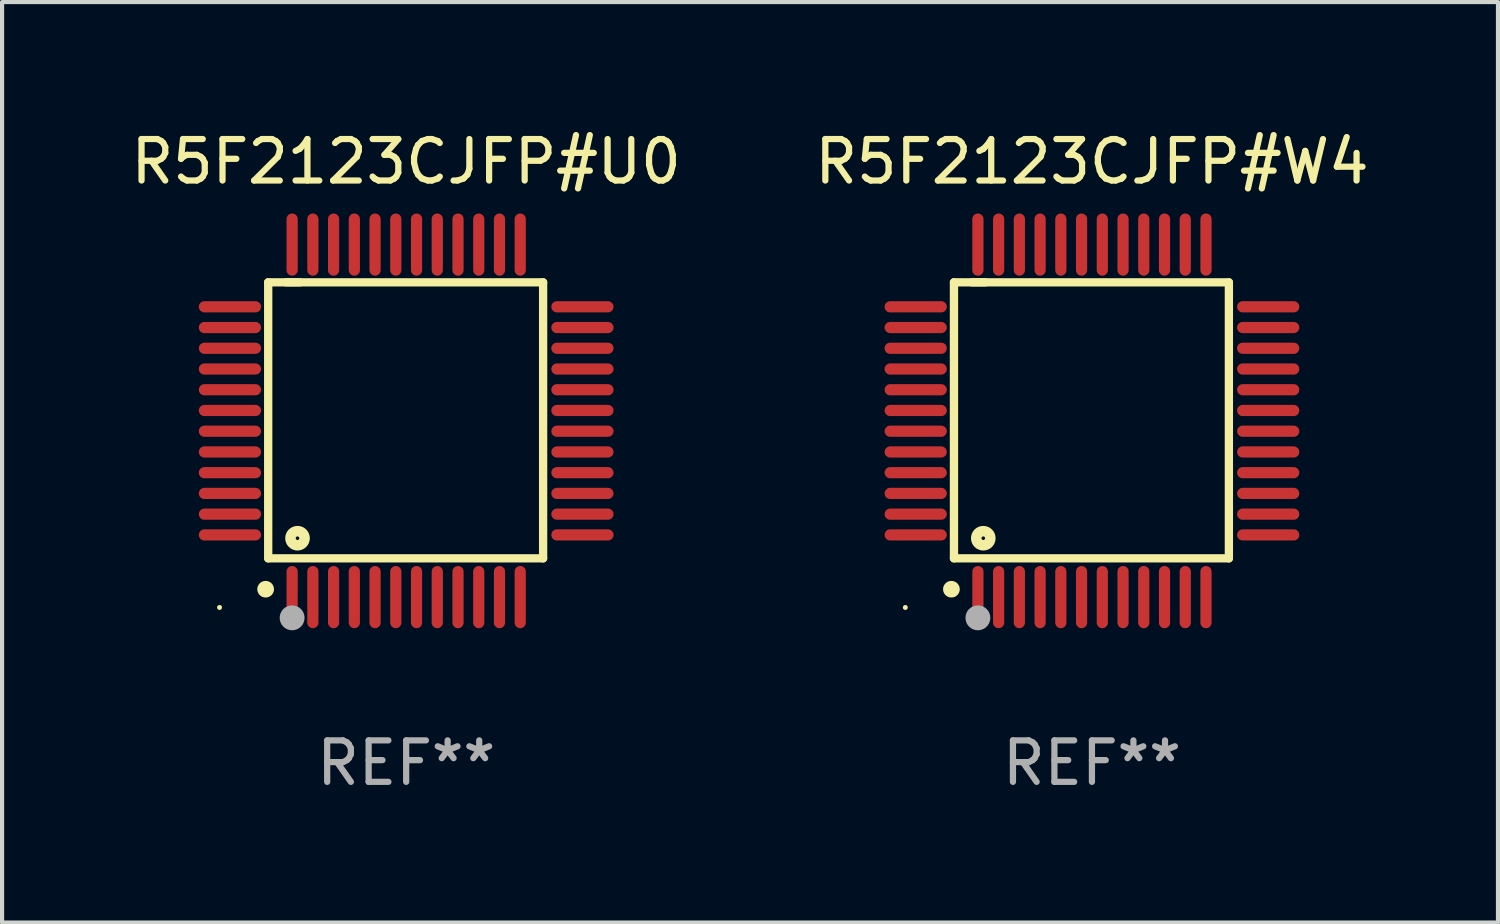
<source format=kicad_pcb>
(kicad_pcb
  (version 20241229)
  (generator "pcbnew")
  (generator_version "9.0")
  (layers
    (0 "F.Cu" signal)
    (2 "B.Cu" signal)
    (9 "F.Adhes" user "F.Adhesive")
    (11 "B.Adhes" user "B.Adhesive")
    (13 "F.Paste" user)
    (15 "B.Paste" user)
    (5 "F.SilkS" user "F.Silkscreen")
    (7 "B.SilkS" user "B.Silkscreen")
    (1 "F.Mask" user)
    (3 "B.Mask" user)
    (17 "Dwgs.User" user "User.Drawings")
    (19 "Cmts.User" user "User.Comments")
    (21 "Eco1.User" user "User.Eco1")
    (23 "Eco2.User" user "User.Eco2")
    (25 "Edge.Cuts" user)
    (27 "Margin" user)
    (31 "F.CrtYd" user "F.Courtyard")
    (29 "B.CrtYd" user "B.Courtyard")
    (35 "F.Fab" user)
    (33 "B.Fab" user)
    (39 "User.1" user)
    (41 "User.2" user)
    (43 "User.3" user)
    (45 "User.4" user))
  (footprint "R5F2123CJFP#W4"
    (layer "F.Cu")
    (at 23.28 7.098)
    (property "Reference" "R5F2123CJFP#W4" (at 0 -6.25 0) (layer "F.SilkS") (effects (font (size 1 1) (thickness 0.15))))
    (attr through_hole)
    (fp_line (start -3.327 -3.34) (end -2.565 -3.34) (stroke (width 0.2) (type solid)) (layer "F.SilkS"))
    (fp_line (start -3.327 3.315) (end -3.327 -3.34) (stroke (width 0.2) (type solid)) (layer "F.SilkS"))
    (fp_line (start -2.896 -3.34) (end 3.302 -3.34) (stroke (width 0.2) (type solid)) (layer "F.SilkS"))
    (fp_line (start 3.302 -3.34) (end 3.302 3.315) (stroke (width 0.2) (type solid)) (layer "F.SilkS"))
    (fp_line (start 3.302 3.315) (end -3.327 3.315) (stroke (width 0.2) (type solid)) (layer "F.SilkS"))
    (fp_arc (start -3.389992 4.059995) (mid -3.388722 4.059991) (end -3.387452 4.059995) (stroke (width 0.4) (type solid)) (layer "F.SilkS"))
    (fp_circle (center -4.5 4.5) (end -4.47 4.5) (stroke (width 0.06) (type solid)) (fill no) (layer "F.SilkS"))
    (fp_circle (center -2.62 2.83) (end -2.45 2.83) (stroke (width 0.254) (type solid)) (fill no) (layer "F.SilkS"))
    (fp_circle (center -2.75 4.75) (end -2.6 4.75) (stroke (width 0.3) (type solid)) (fill no) (layer "F.Fab"))
    (fp_text user "REF**" (at 0 8.25 0) (layer "F.Fab") (effects (font (size 1 1) (thickness 0.15))))
    (pad "1" smd oval (at -2.75 4.25) (size 0.27 1.5) (layers "F.Cu" "F.Mask" "F.Paste"))
    (pad "2" smd oval (at -2.25 4.25) (size 0.27 1.5) (layers "F.Cu" "F.Mask" "F.Paste"))
    (pad "3" smd oval (at -1.75 4.25) (size 0.27 1.5) (layers "F.Cu" "F.Mask" "F.Paste"))
    (pad "4" smd oval (at -1.25 4.25) (size 0.27 1.5) (layers "F.Cu" "F.Mask" "F.Paste"))
    (pad "5" smd oval (at -0.75 4.25) (size 0.27 1.5) (layers "F.Cu" "F.Mask" "F.Paste"))
    (pad "6" smd oval (at -0.25 4.25) (size 0.27 1.5) (layers "F.Cu" "F.Mask" "F.Paste"))
    (pad "7" smd oval (at 0.25 4.25) (size 0.27 1.5) (layers "F.Cu" "F.Mask" "F.Paste"))
    (pad "8" smd oval (at 0.75 4.25) (size 0.27 1.5) (layers "F.Cu" "F.Mask" "F.Paste"))
    (pad "9" smd oval (at 1.25 4.25) (size 0.27 1.5) (layers "F.Cu" "F.Mask" "F.Paste"))
    (pad "10" smd oval (at 1.75 4.25) (size 0.27 1.5) (layers "F.Cu" "F.Mask" "F.Paste"))
    (pad "11" smd oval (at 2.25 4.25) (size 0.27 1.5) (layers "F.Cu" "F.Mask" "F.Paste"))
    (pad "12" smd oval (at 2.75 4.25) (size 0.27 1.5) (layers "F.Cu" "F.Mask" "F.Paste"))
    (pad "13" smd oval (at 4.25 2.75) (size 1.5 0.27) (layers "F.Cu" "F.Mask" "F.Paste"))
    (pad "14" smd oval (at 4.25 2.25) (size 1.5 0.27) (layers "F.Cu" "F.Mask" "F.Paste"))
    (pad "15" smd oval (at 4.25 1.75) (size 1.5 0.27) (layers "F.Cu" "F.Mask" "F.Paste"))
    (pad "16" smd oval (at 4.25 1.25) (size 1.5 0.27) (layers "F.Cu" "F.Mask" "F.Paste"))
    (pad "17" smd oval (at 4.25 0.75) (size 1.5 0.27) (layers "F.Cu" "F.Mask" "F.Paste"))
    (pad "18" smd oval (at 4.25 0.25) (size 1.5 0.27) (layers "F.Cu" "F.Mask" "F.Paste"))
    (pad "19" smd oval (at 4.25 -0.25) (size 1.5 0.27) (layers "F.Cu" "F.Mask" "F.Paste"))
    (pad "20" smd oval (at 4.25 -0.75) (size 1.5 0.27) (layers "F.Cu" "F.Mask" "F.Paste"))
    (pad "21" smd oval (at 4.25 -1.25) (size 1.5 0.27) (layers "F.Cu" "F.Mask" "F.Paste"))
    (pad "22" smd oval (at 4.25 -1.75) (size 1.5 0.27) (layers "F.Cu" "F.Mask" "F.Paste"))
    (pad "23" smd oval (at 4.25 -2.25) (size 1.5 0.27) (layers "F.Cu" "F.Mask" "F.Paste"))
    (pad "24" smd oval (at 4.25 -2.75) (size 1.5 0.27) (layers "F.Cu" "F.Mask" "F.Paste"))
    (pad "25" smd oval (at 2.75 -4.25) (size 0.27 1.5) (layers "F.Cu" "F.Mask" "F.Paste"))
    (pad "26" smd oval (at 2.25 -4.25) (size 0.27 1.5) (layers "F.Cu" "F.Mask" "F.Paste"))
    (pad "27" smd oval (at 1.75 -4.25) (size 0.27 1.5) (layers "F.Cu" "F.Mask" "F.Paste"))
    (pad "28" smd oval (at 1.25 -4.25) (size 0.27 1.5) (layers "F.Cu" "F.Mask" "F.Paste"))
    (pad "29" smd oval (at 0.75 -4.25) (size 0.27 1.5) (layers "F.Cu" "F.Mask" "F.Paste"))
    (pad "30" smd oval (at 0.25 -4.25) (size 0.27 1.5) (layers "F.Cu" "F.Mask" "F.Paste"))
    (pad "31" smd oval (at -0.25 -4.25) (size 0.27 1.5) (layers "F.Cu" "F.Mask" "F.Paste"))
    (pad "32" smd oval (at -0.75 -4.25) (size 0.27 1.5) (layers "F.Cu" "F.Mask" "F.Paste"))
    (pad "33" smd oval (at -1.25 -4.25) (size 0.27 1.5) (layers "F.Cu" "F.Mask" "F.Paste"))
    (pad "34" smd oval (at -1.75 -4.25) (size 0.27 1.5) (layers "F.Cu" "F.Mask" "F.Paste"))
    (pad "35" smd oval (at -2.25 -4.25) (size 0.27 1.5) (layers "F.Cu" "F.Mask" "F.Paste"))
    (pad "36" smd oval (at -2.75 -4.25) (size 0.27 1.5) (layers "F.Cu" "F.Mask" "F.Paste"))
    (pad "37" smd oval (at -4.25 -2.75) (size 1.5 0.27) (layers "F.Cu" "F.Mask" "F.Paste"))
    (pad "38" smd oval (at -4.25 -2.25) (size 1.5 0.27) (layers "F.Cu" "F.Mask" "F.Paste"))
    (pad "39" smd oval (at -4.25 -1.75) (size 1.5 0.27) (layers "F.Cu" "F.Mask" "F.Paste"))
    (pad "40" smd oval (at -4.25 -1.25) (size 1.5 0.27) (layers "F.Cu" "F.Mask" "F.Paste"))
    (pad "41" smd oval (at -4.25 -0.75) (size 1.5 0.27) (layers "F.Cu" "F.Mask" "F.Paste"))
    (pad "42" smd oval (at -4.25 -0.25) (size 1.5 0.27) (layers "F.Cu" "F.Mask" "F.Paste"))
    (pad "43" smd oval (at -4.25 0.25) (size 1.5 0.27) (layers "F.Cu" "F.Mask" "F.Paste"))
    (pad "44" smd oval (at -4.25 0.75) (size 1.5 0.27) (layers "F.Cu" "F.Mask" "F.Paste"))
    (pad "45" smd oval (at -4.25 1.25) (size 1.5 0.27) (layers "F.Cu" "F.Mask" "F.Paste"))
    (pad "46" smd oval (at -4.25 1.75) (size 1.5 0.27) (layers "F.Cu" "F.Mask" "F.Paste"))
    (pad "47" smd oval (at -4.25 2.25) (size 1.5 0.27) (layers "F.Cu" "F.Mask" "F.Paste"))
    (pad "48" smd oval (at -4.25 2.75) (size 1.5 0.27) (layers "F.Cu" "F.Mask" "F.Paste")))
  (footprint "R5F2123CJFP#U0"
    (layer "F.Cu")
    (at 6.744 7.098)
    (property "Reference" "R5F2123CJFP#U0" (at 0 -6.25 0) (layer "F.SilkS") (effects (font (size 1 1) (thickness 0.15))))
    (attr through_hole)
    (fp_line (start -3.327 -3.34) (end -2.565 -3.34) (stroke (width 0.2) (type solid)) (layer "F.SilkS"))
    (fp_line (start -3.327 3.315) (end -3.327 -3.34) (stroke (width 0.2) (type solid)) (layer "F.SilkS"))
    (fp_line (start -2.896 -3.34) (end 3.302 -3.34) (stroke (width 0.2) (type solid)) (layer "F.SilkS"))
    (fp_line (start 3.302 -3.34) (end 3.302 3.315) (stroke (width 0.2) (type solid)) (layer "F.SilkS"))
    (fp_line (start 3.302 3.315) (end -3.327 3.315) (stroke (width 0.2) (type solid)) (layer "F.SilkS"))
    (fp_arc (start -3.389992 4.059995) (mid -3.388722 4.059991) (end -3.387452 4.059995) (stroke (width 0.4) (type solid)) (layer "F.SilkS"))
    (fp_circle (center -4.5 4.5) (end -4.47 4.5) (stroke (width 0.06) (type solid)) (fill no) (layer "F.SilkS"))
    (fp_circle (center -2.62 2.83) (end -2.45 2.83) (stroke (width 0.254) (type solid)) (fill no) (layer "F.SilkS"))
    (fp_circle (center -2.75 4.75) (end -2.6 4.75) (stroke (width 0.3) (type solid)) (fill no) (layer "F.Fab"))
    (fp_text user "REF**" (at 0 8.25 0) (layer "F.Fab") (effects (font (size 1 1) (thickness 0.15))))
    (pad "1" smd oval (at -2.75 4.25) (size 0.27 1.5) (layers "F.Cu" "F.Mask" "F.Paste"))
    (pad "2" smd oval (at -2.25 4.25) (size 0.27 1.5) (layers "F.Cu" "F.Mask" "F.Paste"))
    (pad "3" smd oval (at -1.75 4.25) (size 0.27 1.5) (layers "F.Cu" "F.Mask" "F.Paste"))
    (pad "4" smd oval (at -1.25 4.25) (size 0.27 1.5) (layers "F.Cu" "F.Mask" "F.Paste"))
    (pad "5" smd oval (at -0.75 4.25) (size 0.27 1.5) (layers "F.Cu" "F.Mask" "F.Paste"))
    (pad "6" smd oval (at -0.25 4.25) (size 0.27 1.5) (layers "F.Cu" "F.Mask" "F.Paste"))
    (pad "7" smd oval (at 0.25 4.25) (size 0.27 1.5) (layers "F.Cu" "F.Mask" "F.Paste"))
    (pad "8" smd oval (at 0.75 4.25) (size 0.27 1.5) (layers "F.Cu" "F.Mask" "F.Paste"))
    (pad "9" smd oval (at 1.25 4.25) (size 0.27 1.5) (layers "F.Cu" "F.Mask" "F.Paste"))
    (pad "10" smd oval (at 1.75 4.25) (size 0.27 1.5) (layers "F.Cu" "F.Mask" "F.Paste"))
    (pad "11" smd oval (at 2.25 4.25) (size 0.27 1.5) (layers "F.Cu" "F.Mask" "F.Paste"))
    (pad "12" smd oval (at 2.75 4.25) (size 0.27 1.5) (layers "F.Cu" "F.Mask" "F.Paste"))
    (pad "13" smd oval (at 4.25 2.75) (size 1.5 0.27) (layers "F.Cu" "F.Mask" "F.Paste"))
    (pad "14" smd oval (at 4.25 2.25) (size 1.5 0.27) (layers "F.Cu" "F.Mask" "F.Paste"))
    (pad "15" smd oval (at 4.25 1.75) (size 1.5 0.27) (layers "F.Cu" "F.Mask" "F.Paste"))
    (pad "16" smd oval (at 4.25 1.25) (size 1.5 0.27) (layers "F.Cu" "F.Mask" "F.Paste"))
    (pad "17" smd oval (at 4.25 0.75) (size 1.5 0.27) (layers "F.Cu" "F.Mask" "F.Paste"))
    (pad "18" smd oval (at 4.25 0.25) (size 1.5 0.27) (layers "F.Cu" "F.Mask" "F.Paste"))
    (pad "19" smd oval (at 4.25 -0.25) (size 1.5 0.27) (layers "F.Cu" "F.Mask" "F.Paste"))
    (pad "20" smd oval (at 4.25 -0.75) (size 1.5 0.27) (layers "F.Cu" "F.Mask" "F.Paste"))
    (pad "21" smd oval (at 4.25 -1.25) (size 1.5 0.27) (layers "F.Cu" "F.Mask" "F.Paste"))
    (pad "22" smd oval (at 4.25 -1.75) (size 1.5 0.27) (layers "F.Cu" "F.Mask" "F.Paste"))
    (pad "23" smd oval (at 4.25 -2.25) (size 1.5 0.27) (layers "F.Cu" "F.Mask" "F.Paste"))
    (pad "24" smd oval (at 4.25 -2.75) (size 1.5 0.27) (layers "F.Cu" "F.Mask" "F.Paste"))
    (pad "25" smd oval (at 2.75 -4.25) (size 0.27 1.5) (layers "F.Cu" "F.Mask" "F.Paste"))
    (pad "26" smd oval (at 2.25 -4.25) (size 0.27 1.5) (layers "F.Cu" "F.Mask" "F.Paste"))
    (pad "27" smd oval (at 1.75 -4.25) (size 0.27 1.5) (layers "F.Cu" "F.Mask" "F.Paste"))
    (pad "28" smd oval (at 1.25 -4.25) (size 0.27 1.5) (layers "F.Cu" "F.Mask" "F.Paste"))
    (pad "29" smd oval (at 0.75 -4.25) (size 0.27 1.5) (layers "F.Cu" "F.Mask" "F.Paste"))
    (pad "30" smd oval (at 0.25 -4.25) (size 0.27 1.5) (layers "F.Cu" "F.Mask" "F.Paste"))
    (pad "31" smd oval (at -0.25 -4.25) (size 0.27 1.5) (layers "F.Cu" "F.Mask" "F.Paste"))
    (pad "32" smd oval (at -0.75 -4.25) (size 0.27 1.5) (layers "F.Cu" "F.Mask" "F.Paste"))
    (pad "33" smd oval (at -1.25 -4.25) (size 0.27 1.5) (layers "F.Cu" "F.Mask" "F.Paste"))
    (pad "34" smd oval (at -1.75 -4.25) (size 0.27 1.5) (layers "F.Cu" "F.Mask" "F.Paste"))
    (pad "35" smd oval (at -2.25 -4.25) (size 0.27 1.5) (layers "F.Cu" "F.Mask" "F.Paste"))
    (pad "36" smd oval (at -2.75 -4.25) (size 0.27 1.5) (layers "F.Cu" "F.Mask" "F.Paste"))
    (pad "37" smd oval (at -4.25 -2.75) (size 1.5 0.27) (layers "F.Cu" "F.Mask" "F.Paste"))
    (pad "38" smd oval (at -4.25 -2.25) (size 1.5 0.27) (layers "F.Cu" "F.Mask" "F.Paste"))
    (pad "39" smd oval (at -4.25 -1.75) (size 1.5 0.27) (layers "F.Cu" "F.Mask" "F.Paste"))
    (pad "40" smd oval (at -4.25 -1.25) (size 1.5 0.27) (layers "F.Cu" "F.Mask" "F.Paste"))
    (pad "41" smd oval (at -4.25 -0.75) (size 1.5 0.27) (layers "F.Cu" "F.Mask" "F.Paste"))
    (pad "42" smd oval (at -4.25 -0.25) (size 1.5 0.27) (layers "F.Cu" "F.Mask" "F.Paste"))
    (pad "43" smd oval (at -4.25 0.25) (size 1.5 0.27) (layers "F.Cu" "F.Mask" "F.Paste"))
    (pad "44" smd oval (at -4.25 0.75) (size 1.5 0.27) (layers "F.Cu" "F.Mask" "F.Paste"))
    (pad "45" smd oval (at -4.25 1.25) (size 1.5 0.27) (layers "F.Cu" "F.Mask" "F.Paste"))
    (pad "46" smd oval (at -4.25 1.75) (size 1.5 0.27) (layers "F.Cu" "F.Mask" "F.Paste"))
    (pad "47" smd oval (at -4.25 2.25) (size 1.5 0.27) (layers "F.Cu" "F.Mask" "F.Paste"))
    (pad "48" smd oval (at -4.25 2.75) (size 1.5 0.27) (layers "F.Cu" "F.Mask" "F.Paste")))
  (gr_rect
    (start -3 -3)
    (end 33.071 19.196)
    (stroke (width 0.1) (type default))
    (fill no)
    (layer "Edge.Cuts")))
</source>
